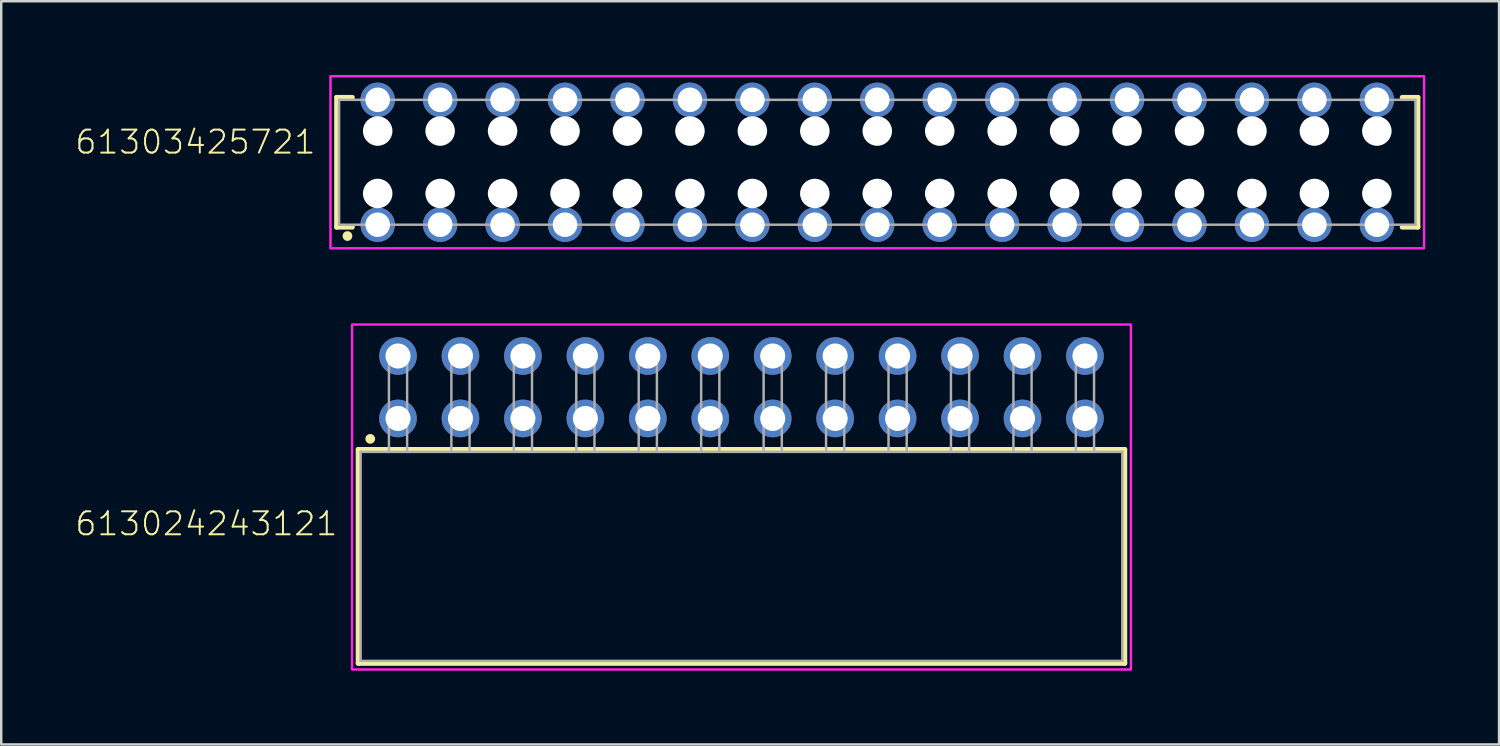
<source format=kicad_pcb>
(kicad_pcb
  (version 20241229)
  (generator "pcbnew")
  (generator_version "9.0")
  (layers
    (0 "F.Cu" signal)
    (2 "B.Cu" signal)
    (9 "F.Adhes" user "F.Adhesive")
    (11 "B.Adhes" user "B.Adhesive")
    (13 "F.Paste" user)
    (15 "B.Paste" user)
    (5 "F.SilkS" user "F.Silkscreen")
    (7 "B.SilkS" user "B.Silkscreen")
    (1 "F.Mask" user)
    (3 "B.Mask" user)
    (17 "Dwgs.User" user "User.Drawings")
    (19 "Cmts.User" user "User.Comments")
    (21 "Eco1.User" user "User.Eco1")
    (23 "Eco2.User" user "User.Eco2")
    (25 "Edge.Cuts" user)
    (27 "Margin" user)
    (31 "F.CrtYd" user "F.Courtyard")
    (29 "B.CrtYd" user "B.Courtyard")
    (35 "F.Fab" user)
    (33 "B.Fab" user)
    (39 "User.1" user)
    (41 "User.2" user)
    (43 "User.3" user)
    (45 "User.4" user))
  (footprint "61303425721"
    (layer "F.Cu")
    (at 32.632 3.55)
    (property "Reference" "61303425721" (at -22.783 -0.274 0) (unlocked yes) (layer "F.SilkS") (effects (font (size 0.935 0.935) (thickness 0.081)) (justify right bottom)))
    (fp_line (start -21.99 -2.64) (end -21.99 2.64) (stroke (width 0.2) (type solid)) (layer "F.SilkS"))
    (fp_line (start -21.99 2.64) (end -21.35 2.64) (stroke (width 0.2) (type solid)) (layer "F.SilkS"))
    (fp_line (start -21.35 -2.64) (end -21.99 -2.64) (stroke (width 0.2) (type solid)) (layer "F.SilkS"))
    (fp_line (start 21.35 2.64) (end 21.99 2.64) (stroke (width 0.2) (type solid)) (layer "F.SilkS"))
    (fp_line (start 21.99 -2.64) (end 21.35 -2.64) (stroke (width 0.2) (type solid)) (layer "F.SilkS"))
    (fp_line (start 21.99 2.64) (end 21.99 -2.64) (stroke (width 0.2) (type solid)) (layer "F.SilkS"))
    (fp_circle (center -21.55 3) (end -21.45 3) (stroke (width 0.2) (type solid)) (fill no) (layer "F.SilkS"))
    (fp_poly (pts (xy 22.24 3.5) (xy -22.24 3.5) (xy -22.24 -3.5) (xy 22.24 -3.5)) (stroke (width 0.1) (type default)) (fill no) (layer "F.CrtYd"))
    (fp_line (start -21.89 -2.54) (end 21.89 -2.54) (stroke (width 0.1) (type solid)) (layer "F.Fab"))
    (fp_line (start -21.89 2.54) (end -21.89 -2.54) (stroke (width 0.1) (type solid)) (layer "F.Fab"))
    (fp_line (start 21.89 -2.54) (end 21.89 2.54) (stroke (width 0.1) (type solid)) (layer "F.Fab"))
    (fp_line (start 21.89 2.54) (end -21.89 2.54) (stroke (width 0.1) (type solid)) (layer "F.Fab"))
    (pad "" np_thru_hole circle (at -20.32 -1.27) (size 1.2 1.2) (drill 1.2) (layers "*.Cu" "*.Mask"))
    (pad "" np_thru_hole circle (at -20.32 1.27) (size 1.2 1.2) (drill 1.2) (layers "*.Cu" "*.Mask"))
    (pad "" np_thru_hole circle (at -17.78 -1.27) (size 1.2 1.2) (drill 1.2) (layers "*.Cu" "*.Mask"))
    (pad "" np_thru_hole circle (at -17.78 1.27) (size 1.2 1.2) (drill 1.2) (layers "*.Cu" "*.Mask"))
    (pad "" np_thru_hole circle (at -15.24 -1.27) (size 1.2 1.2) (drill 1.2) (layers "*.Cu" "*.Mask"))
    (pad "" np_thru_hole circle (at -15.24 1.27) (size 1.2 1.2) (drill 1.2) (layers "*.Cu" "*.Mask"))
    (pad "" np_thru_hole circle (at -12.7 -1.27) (size 1.2 1.2) (drill 1.2) (layers "*.Cu" "*.Mask"))
    (pad "" np_thru_hole circle (at -12.7 1.27) (size 1.2 1.2) (drill 1.2) (layers "*.Cu" "*.Mask"))
    (pad "" np_thru_hole circle (at -10.16 -1.27) (size 1.2 1.2) (drill 1.2) (layers "*.Cu" "*.Mask"))
    (pad "" np_thru_hole circle (at -10.16 1.27) (size 1.2 1.2) (drill 1.2) (layers "*.Cu" "*.Mask"))
    (pad "" np_thru_hole circle (at -7.62 -1.27) (size 1.2 1.2) (drill 1.2) (layers "*.Cu" "*.Mask"))
    (pad "" np_thru_hole circle (at -7.62 1.27) (size 1.2 1.2) (drill 1.2) (layers "*.Cu" "*.Mask"))
    (pad "" np_thru_hole circle (at -5.08 -1.27) (size 1.2 1.2) (drill 1.2) (layers "*.Cu" "*.Mask"))
    (pad "" np_thru_hole circle (at -5.08 1.27) (size 1.2 1.2) (drill 1.2) (layers "*.Cu" "*.Mask"))
    (pad "" np_thru_hole circle (at -2.54 -1.27) (size 1.2 1.2) (drill 1.2) (layers "*.Cu" "*.Mask"))
    (pad "" np_thru_hole circle (at -2.54 1.27) (size 1.2 1.2) (drill 1.2) (layers "*.Cu" "*.Mask"))
    (pad "" np_thru_hole circle (at 0 -1.27) (size 1.2 1.2) (drill 1.2) (layers "*.Cu" "*.Mask"))
    (pad "" np_thru_hole circle (at 0 1.27) (size 1.2 1.2) (drill 1.2) (layers "*.Cu" "*.Mask"))
    (pad "" np_thru_hole circle (at 2.54 -1.27) (size 1.2 1.2) (drill 1.2) (layers "*.Cu" "*.Mask"))
    (pad "" np_thru_hole circle (at 2.54 1.27) (size 1.2 1.2) (drill 1.2) (layers "*.Cu" "*.Mask"))
    (pad "" np_thru_hole circle (at 5.08 -1.27) (size 1.2 1.2) (drill 1.2) (layers "*.Cu" "*.Mask"))
    (pad "" np_thru_hole circle (at 5.08 1.27) (size 1.2 1.2) (drill 1.2) (layers "*.Cu" "*.Mask"))
    (pad "" np_thru_hole circle (at 7.62 -1.27) (size 1.2 1.2) (drill 1.2) (layers "*.Cu" "*.Mask"))
    (pad "" np_thru_hole circle (at 7.62 1.27) (size 1.2 1.2) (drill 1.2) (layers "*.Cu" "*.Mask"))
    (pad "" np_thru_hole circle (at 10.16 -1.27) (size 1.2 1.2) (drill 1.2) (layers "*.Cu" "*.Mask"))
    (pad "" np_thru_hole circle (at 10.16 1.27) (size 1.2 1.2) (drill 1.2) (layers "*.Cu" "*.Mask"))
    (pad "" np_thru_hole circle (at 12.7 -1.27) (size 1.2 1.2) (drill 1.2) (layers "*.Cu" "*.Mask"))
    (pad "" np_thru_hole circle (at 12.7 1.27) (size 1.2 1.2) (drill 1.2) (layers "*.Cu" "*.Mask"))
    (pad "" np_thru_hole circle (at 15.24 -1.27) (size 1.2 1.2) (drill 1.2) (layers "*.Cu" "*.Mask"))
    (pad "" np_thru_hole circle (at 15.24 1.27) (size 1.2 1.2) (drill 1.2) (layers "*.Cu" "*.Mask"))
    (pad "" np_thru_hole circle (at 17.78 -1.27) (size 1.2 1.2) (drill 1.2) (layers "*.Cu" "*.Mask"))
    (pad "" np_thru_hole circle (at 17.78 1.27) (size 1.2 1.2) (drill 1.2) (layers "*.Cu" "*.Mask"))
    (pad "" np_thru_hole circle (at 20.32 -1.27) (size 1.2 1.2) (drill 1.2) (layers "*.Cu" "*.Mask"))
    (pad "" np_thru_hole circle (at 20.32 1.27) (size 1.2 1.2) (drill 1.2) (layers "*.Cu" "*.Mask"))
    (pad "1" thru_hole circle (at -20.32 2.54) (size 1.4 1.4) (drill 1) (layers "*.Cu" "*.Mask"))
    (pad "2" thru_hole circle (at -20.32 -2.54) (size 1.4 1.4) (drill 1) (layers "*.Cu" "*.Mask"))
    (pad "3" thru_hole circle (at -17.78 2.54) (size 1.4 1.4) (drill 1) (layers "*.Cu" "*.Mask"))
    (pad "4" thru_hole circle (at -17.78 -2.54) (size 1.4 1.4) (drill 1) (layers "*.Cu" "*.Mask"))
    (pad "5" thru_hole circle (at -15.24 2.54) (size 1.4 1.4) (drill 1) (layers "*.Cu" "*.Mask"))
    (pad "6" thru_hole circle (at -15.24 -2.54) (size 1.4 1.4) (drill 1) (layers "*.Cu" "*.Mask"))
    (pad "7" thru_hole circle (at -12.7 2.54) (size 1.4 1.4) (drill 1) (layers "*.Cu" "*.Mask"))
    (pad "8" thru_hole circle (at -12.7 -2.54) (size 1.4 1.4) (drill 1) (layers "*.Cu" "*.Mask"))
    (pad "9" thru_hole circle (at -10.16 2.54) (size 1.4 1.4) (drill 1) (layers "*.Cu" "*.Mask"))
    (pad "10" thru_hole circle (at -10.16 -2.54) (size 1.4 1.4) (drill 1) (layers "*.Cu" "*.Mask"))
    (pad "11" thru_hole circle (at -7.62 2.54) (size 1.4 1.4) (drill 1) (layers "*.Cu" "*.Mask"))
    (pad "12" thru_hole circle (at -7.62 -2.54) (size 1.4 1.4) (drill 1) (layers "*.Cu" "*.Mask"))
    (pad "13" thru_hole circle (at -5.08 2.54) (size 1.4 1.4) (drill 1) (layers "*.Cu" "*.Mask"))
    (pad "14" thru_hole circle (at -5.08 -2.54) (size 1.4 1.4) (drill 1) (layers "*.Cu" "*.Mask"))
    (pad "15" thru_hole circle (at -2.54 2.54) (size 1.4 1.4) (drill 1) (layers "*.Cu" "*.Mask"))
    (pad "16" thru_hole circle (at -2.54 -2.54) (size 1.4 1.4) (drill 1) (layers "*.Cu" "*.Mask"))
    (pad "17" thru_hole circle (at 0 2.54) (size 1.4 1.4) (drill 1) (layers "*.Cu" "*.Mask"))
    (pad "18" thru_hole circle (at 0 -2.54) (size 1.4 1.4) (drill 1) (layers "*.Cu" "*.Mask"))
    (pad "19" thru_hole circle (at 2.54 2.54) (size 1.4 1.4) (drill 1) (layers "*.Cu" "*.Mask"))
    (pad "20" thru_hole circle (at 2.54 -2.54) (size 1.4 1.4) (drill 1) (layers "*.Cu" "*.Mask"))
    (pad "21" thru_hole circle (at 5.08 2.54) (size 1.4 1.4) (drill 1) (layers "*.Cu" "*.Mask"))
    (pad "22" thru_hole circle (at 5.08 -2.54) (size 1.4 1.4) (drill 1) (layers "*.Cu" "*.Mask"))
    (pad "23" thru_hole circle (at 7.62 2.54) (size 1.4 1.4) (drill 1) (layers "*.Cu" "*.Mask"))
    (pad "24" thru_hole circle (at 7.62 -2.54) (size 1.4 1.4) (drill 1) (layers "*.Cu" "*.Mask"))
    (pad "25" thru_hole circle (at 10.16 2.54) (size 1.4 1.4) (drill 1) (layers "*.Cu" "*.Mask"))
    (pad "26" thru_hole circle (at 10.16 -2.54) (size 1.4 1.4) (drill 1) (layers "*.Cu" "*.Mask"))
    (pad "27" thru_hole circle (at 12.7 2.54) (size 1.4 1.4) (drill 1) (layers "*.Cu" "*.Mask"))
    (pad "28" thru_hole circle (at 12.7 -2.54) (size 1.4 1.4) (drill 1) (layers "*.Cu" "*.Mask"))
    (pad "29" thru_hole circle (at 15.24 2.54) (size 1.4 1.4) (drill 1) (layers "*.Cu" "*.Mask"))
    (pad "30" thru_hole circle (at 15.24 -2.54) (size 1.4 1.4) (drill 1) (layers "*.Cu" "*.Mask"))
    (pad "31" thru_hole circle (at 17.78 2.54) (size 1.4 1.4) (drill 1) (layers "*.Cu" "*.Mask"))
    (pad "32" thru_hole circle (at 17.78 -2.54) (size 1.4 1.4) (drill 1) (layers "*.Cu" "*.Mask"))
    (pad "33" thru_hole circle (at 20.32 2.54) (size 1.4 1.4) (drill 1) (layers "*.Cu" "*.Mask"))
    (pad "34" thru_hole circle (at 20.32 -2.54) (size 1.4 1.4) (drill 1) (layers "*.Cu" "*.Mask")))
  (footprint "613024243121"
    (layer "F.Cu")
    (at 27.109 19.58)
    (property "Reference" "613024243121" (at -16.37 -0.78 0) (unlocked yes) (layer "F.SilkS") (effects (font (size 0.935 0.935) (thickness 0.081)) (justify right bottom)))
    (fp_line (start -15.59 -4.35) (end 15.59 -4.35) (stroke (width 0.2) (type solid)) (layer "F.SilkS"))
    (fp_line (start -15.59 4.35) (end -15.59 -4.35) (stroke (width 0.2) (type solid)) (layer "F.SilkS"))
    (fp_line (start 15.59 -4.35) (end 15.59 4.35) (stroke (width 0.2) (type solid)) (layer "F.SilkS"))
    (fp_line (start 15.59 4.35) (end -15.59 4.35) (stroke (width 0.2) (type solid)) (layer "F.SilkS"))
    (fp_circle (center -15.1 -4.78) (end -15 -4.78) (stroke (width 0.2) (type solid)) (fill no) (layer "F.SilkS"))
    (fp_poly (pts (xy 15.84 4.6) (xy -15.84 4.6) (xy -15.84 -9.43) (xy 15.84 -9.43)) (stroke (width 0.1) (type default)) (fill no) (layer "F.CrtYd"))
    (fp_line (start -15.49 -4.25) (end -15.49 4.25) (stroke (width 0.1) (type solid)) (layer "F.Fab"))
    (fp_line (start -14.34 -8.35) (end -13.6 -8.35) (stroke (width 0.1) (type solid)) (layer "F.Fab"))
    (fp_line (start -14.34 -4.25) (end -15.49 -4.25) (stroke (width 0.1) (type solid)) (layer "F.Fab"))
    (fp_line (start -14.34 -4.25) (end -14.34 -8.35) (stroke (width 0.1) (type solid)) (layer "F.Fab"))
    (fp_line (start -13.6 -8.35) (end -13.6 -4.25) (stroke (width 0.1) (type solid)) (layer "F.Fab"))
    (fp_line (start -13.6 -4.25) (end -14.34 -4.25) (stroke (width 0.1) (type solid)) (layer "F.Fab"))
    (fp_line (start -11.8 -8.35) (end -11.06 -8.35) (stroke (width 0.1) (type solid)) (layer "F.Fab"))
    (fp_line (start -11.8 -4.25) (end -11.8 -8.35) (stroke (width 0.1) (type solid)) (layer "F.Fab"))
    (fp_line (start -11.06 -8.35) (end -11.06 -4.25) (stroke (width 0.1) (type solid)) (layer "F.Fab"))
    (fp_line (start -9.26 -8.35) (end -8.52 -8.35) (stroke (width 0.1) (type solid)) (layer "F.Fab"))
    (fp_line (start -9.26 -4.25) (end -9.26 -8.35) (stroke (width 0.1) (type solid)) (layer "F.Fab"))
    (fp_line (start -8.52 -8.35) (end -8.52 -4.25) (stroke (width 0.1) (type solid)) (layer "F.Fab"))
    (fp_line (start -6.72 -8.35) (end -5.98 -8.35) (stroke (width 0.1) (type solid)) (layer "F.Fab"))
    (fp_line (start -6.72 -4.25) (end -6.72 -8.35) (stroke (width 0.1) (type solid)) (layer "F.Fab"))
    (fp_line (start -5.98 -8.35) (end -5.98 -4.25) (stroke (width 0.1) (type solid)) (layer "F.Fab"))
    (fp_line (start -4.18 -8.35) (end -3.44 -8.35) (stroke (width 0.1) (type solid)) (layer "F.Fab"))
    (fp_line (start -4.18 -4.25) (end -4.18 -8.35) (stroke (width 0.1) (type solid)) (layer "F.Fab"))
    (fp_line (start -3.44 -8.35) (end -3.44 -4.25) (stroke (width 0.1) (type solid)) (layer "F.Fab"))
    (fp_line (start -1.64 -8.35) (end -0.9 -8.35) (stroke (width 0.1) (type solid)) (layer "F.Fab"))
    (fp_line (start -1.64 -4.25) (end -1.64 -8.35) (stroke (width 0.1) (type solid)) (layer "F.Fab"))
    (fp_line (start -0.9 -8.35) (end -0.9 -4.25) (stroke (width 0.1) (type solid)) (layer "F.Fab"))
    (fp_line (start 0.9 -8.35) (end 1.64 -8.35) (stroke (width 0.1) (type solid)) (layer "F.Fab"))
    (fp_line (start 0.9 -4.25) (end 0.9 -8.35) (stroke (width 0.1) (type solid)) (layer "F.Fab"))
    (fp_line (start 1.64 -8.35) (end 1.64 -4.25) (stroke (width 0.1) (type solid)) (layer "F.Fab"))
    (fp_line (start 3.44 -8.35) (end 4.18 -8.35) (stroke (width 0.1) (type solid)) (layer "F.Fab"))
    (fp_line (start 3.44 -4.25) (end 3.44 -8.35) (stroke (width 0.1) (type solid)) (layer "F.Fab"))
    (fp_line (start 4.18 -8.35) (end 4.18 -4.25) (stroke (width 0.1) (type solid)) (layer "F.Fab"))
    (fp_line (start 5.98 -8.35) (end 6.72 -8.35) (stroke (width 0.1) (type solid)) (layer "F.Fab"))
    (fp_line (start 5.98 -4.25) (end 5.98 -8.35) (stroke (width 0.1) (type solid)) (layer "F.Fab"))
    (fp_line (start 6.72 -8.35) (end 6.72 -4.25) (stroke (width 0.1) (type solid)) (layer "F.Fab"))
    (fp_line (start 8.52 -8.35) (end 9.26 -8.35) (stroke (width 0.1) (type solid)) (layer "F.Fab"))
    (fp_line (start 8.52 -4.25) (end 8.52 -8.35) (stroke (width 0.1) (type solid)) (layer "F.Fab"))
    (fp_line (start 9.26 -8.35) (end 9.26 -4.25) (stroke (width 0.1) (type solid)) (layer "F.Fab"))
    (fp_line (start 11.06 -8.35) (end 11.8 -8.35) (stroke (width 0.1) (type solid)) (layer "F.Fab"))
    (fp_line (start 11.06 -4.25) (end 11.06 -8.35) (stroke (width 0.1) (type solid)) (layer "F.Fab"))
    (fp_line (start 11.8 -8.35) (end 11.8 -4.25) (stroke (width 0.1) (type solid)) (layer "F.Fab"))
    (fp_line (start 13.6 -8.35) (end 14.34 -8.35) (stroke (width 0.1) (type solid)) (layer "F.Fab"))
    (fp_line (start 13.6 -4.25) (end 13.6 -8.35) (stroke (width 0.1) (type solid)) (layer "F.Fab"))
    (fp_line (start 14.34 -8.35) (end 14.34 -4.25) (stroke (width 0.1) (type solid)) (layer "F.Fab"))
    (fp_line (start 15.49 -4.25) (end -13.6 -4.25) (stroke (width 0.1) (type solid)) (layer "F.Fab"))
    (fp_line (start 15.49 4.25) (end -15.49 4.25) (stroke (width 0.1) (type solid)) (layer "F.Fab"))
    (fp_line (start 15.49 4.25) (end 15.49 -4.25) (stroke (width 0.1) (type solid)) (layer "F.Fab"))
    (pad "1" thru_hole circle (at -13.97 -5.61 180) (size 1.53 1.53) (drill 1.02) (layers "*.Cu" "*.Mask"))
    (pad "2" thru_hole circle (at -13.97 -8.15 180) (size 1.53 1.53) (drill 1.02) (layers "*.Cu" "*.Mask"))
    (pad "3" thru_hole circle (at -11.43 -5.61 180) (size 1.53 1.53) (drill 1.02) (layers "*.Cu" "*.Mask"))
    (pad "4" thru_hole circle (at -11.43 -8.15 180) (size 1.53 1.53) (drill 1.02) (layers "*.Cu" "*.Mask"))
    (pad "5" thru_hole circle (at -8.89 -5.61 180) (size 1.53 1.53) (drill 1.02) (layers "*.Cu" "*.Mask"))
    (pad "6" thru_hole circle (at -8.89 -8.15 180) (size 1.53 1.53) (drill 1.02) (layers "*.Cu" "*.Mask"))
    (pad "7" thru_hole circle (at -6.35 -5.61 180) (size 1.53 1.53) (drill 1.02) (layers "*.Cu" "*.Mask"))
    (pad "8" thru_hole circle (at -6.35 -8.15 180) (size 1.53 1.53) (drill 1.02) (layers "*.Cu" "*.Mask"))
    (pad "9" thru_hole circle (at -3.81 -5.61 180) (size 1.53 1.53) (drill 1.02) (layers "*.Cu" "*.Mask"))
    (pad "10" thru_hole circle (at -3.81 -8.15 180) (size 1.53 1.53) (drill 1.02) (layers "*.Cu" "*.Mask"))
    (pad "11" thru_hole circle (at -1.27 -5.61 180) (size 1.53 1.53) (drill 1.02) (layers "*.Cu" "*.Mask"))
    (pad "12" thru_hole circle (at -1.27 -8.15 180) (size 1.53 1.53) (drill 1.02) (layers "*.Cu" "*.Mask"))
    (pad "13" thru_hole circle (at 1.27 -5.61 180) (size 1.53 1.53) (drill 1.02) (layers "*.Cu" "*.Mask"))
    (pad "14" thru_hole circle (at 1.27 -8.15 180) (size 1.53 1.53) (drill 1.02) (layers "*.Cu" "*.Mask"))
    (pad "15" thru_hole circle (at 3.81 -5.61 180) (size 1.53 1.53) (drill 1.02) (layers "*.Cu" "*.Mask"))
    (pad "16" thru_hole circle (at 3.81 -8.15 180) (size 1.53 1.53) (drill 1.02) (layers "*.Cu" "*.Mask"))
    (pad "17" thru_hole circle (at 6.35 -5.61 180) (size 1.53 1.53) (drill 1.02) (layers "*.Cu" "*.Mask"))
    (pad "18" thru_hole circle (at 6.35 -8.15 180) (size 1.53 1.53) (drill 1.02) (layers "*.Cu" "*.Mask"))
    (pad "19" thru_hole circle (at 8.89 -5.61 180) (size 1.53 1.53) (drill 1.02) (layers "*.Cu" "*.Mask"))
    (pad "20" thru_hole circle (at 8.89 -8.15 180) (size 1.53 1.53) (drill 1.02) (layers "*.Cu" "*.Mask"))
    (pad "21" thru_hole circle (at 11.43 -5.61 180) (size 1.53 1.53) (drill 1.02) (layers "*.Cu" "*.Mask"))
    (pad "22" thru_hole circle (at 11.43 -8.15 180) (size 1.53 1.53) (drill 1.02) (layers "*.Cu" "*.Mask"))
    (pad "23" thru_hole circle (at 13.97 -5.61 180) (size 1.53 1.53) (drill 1.02) (layers "*.Cu" "*.Mask"))
    (pad "24" thru_hole circle (at 13.97 -8.15 180) (size 1.53 1.53) (drill 1.02) (layers "*.Cu" "*.Mask")))
  (gr_rect
    (start -3 -3)
    (end 57.922 27.23)
    (stroke (width 0.1) (type default))
    (fill no)
    (layer "Edge.Cuts")))
</source>
